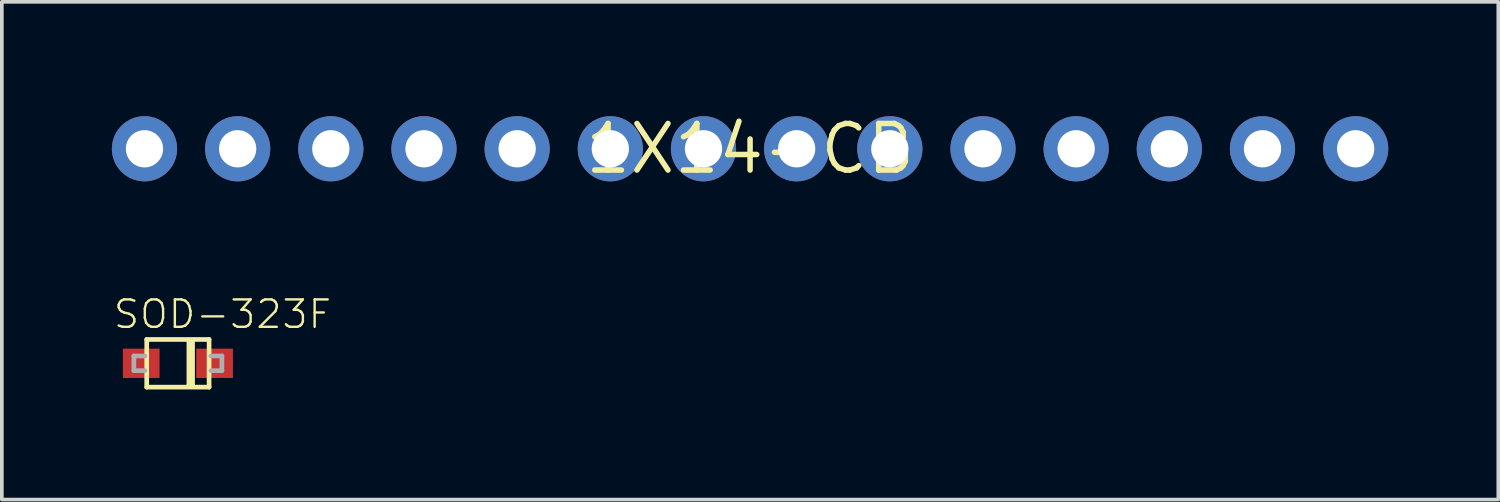
<source format=kicad_pcb>
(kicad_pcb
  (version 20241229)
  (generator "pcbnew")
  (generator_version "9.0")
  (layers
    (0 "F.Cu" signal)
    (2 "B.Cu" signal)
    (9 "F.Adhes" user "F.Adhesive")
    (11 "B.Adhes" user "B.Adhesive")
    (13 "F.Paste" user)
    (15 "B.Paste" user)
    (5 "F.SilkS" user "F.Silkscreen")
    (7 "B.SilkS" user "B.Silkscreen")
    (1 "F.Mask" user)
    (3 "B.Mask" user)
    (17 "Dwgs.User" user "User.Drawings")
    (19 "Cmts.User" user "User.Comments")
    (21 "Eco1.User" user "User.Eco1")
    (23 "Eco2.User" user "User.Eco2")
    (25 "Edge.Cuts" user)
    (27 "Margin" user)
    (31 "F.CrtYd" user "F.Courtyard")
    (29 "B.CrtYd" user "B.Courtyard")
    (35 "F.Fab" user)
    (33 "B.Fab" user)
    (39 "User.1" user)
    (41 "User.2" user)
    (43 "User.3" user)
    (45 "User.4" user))
  (footprint "SOD-323F"
    (layer "F.Cu")
    (at 1.8 6.855)
    (property "Reference" "SOD-323F" (at -1.8 -0.9 0) (unlocked yes) (layer "F.SilkS") (effects (font (size 0.748 0.748) (thickness 0.065)) (justify left bottom)))
    (fp_line (start -0.85 -0.65) (end 0.85 -0.65) (stroke (width 0.127) (type solid)) (layer "F.SilkS"))
    (fp_line (start -0.85 0.65) (end -0.85 -0.65) (stroke (width 0.127) (type solid)) (layer "F.SilkS"))
    (fp_line (start 0.3 0.6) (end 0.3 -0.6) (stroke (width 0.127) (type solid)) (layer "F.SilkS"))
    (fp_line (start 0.4 -0.6) (end 0.4 0.6) (stroke (width 0.127) (type solid)) (layer "F.SilkS"))
    (fp_line (start 0.4 0.6) (end 0.3 0.6) (stroke (width 0.127) (type solid)) (layer "F.SilkS"))
    (fp_line (start 0.85 -0.65) (end 0.85 0.65) (stroke (width 0.127) (type solid)) (layer "F.SilkS"))
    (fp_line (start 0.85 0.65) (end -0.85 0.65) (stroke (width 0.127) (type solid)) (layer "F.SilkS"))
    (fp_line (start -1.2 -0.2) (end -1.2 0.2) (stroke (width 0.127) (type solid)) (layer "F.Fab"))
    (fp_line (start -1.2 0.2) (end -0.9 0.2) (stroke (width 0.127) (type solid)) (layer "F.Fab"))
    (fp_line (start -0.9 -0.2) (end -1.2 -0.2) (stroke (width 0.127) (type solid)) (layer "F.Fab"))
    (fp_line (start 0.9 -0.2) (end 1.2 -0.2) (stroke (width 0.127) (type solid)) (layer "F.Fab"))
    (fp_line (start 1.2 -0.2) (end 1.2 0.2) (stroke (width 0.127) (type solid)) (layer "F.Fab"))
    (fp_line (start 1.2 0.2) (end 0.9 0.2) (stroke (width 0.127) (type solid)) (layer "F.Fab"))
    (pad "A" smd rect (at -1 0) (size 1 0.8) (layers "F.Cu" "F.Mask" "F.Paste"))
    (pad "C" smd rect (at 1 0) (size 1 0.8) (layers "F.Cu" "F.Mask" "F.Paste")))
  (footprint "1X14-CB"
    (layer "F.Cu")
    (at 17.399 1.006)
    (property "Reference" "1X14-CB" (at 0 0 0) (layer "F.SilkS") (effects (font (size 1.27 1.27) (thickness 0.15))))
    (fp_poly (pts (xy -16.764 0.254) (xy -16.256 0.254) (xy -16.256 -0.254) (xy -16.764 -0.254)) (stroke (width 0.1) (type default)) (fill no) (layer "F.Fab"))
    (fp_poly (pts (xy -14.224 0.254) (xy -13.716 0.254) (xy -13.716 -0.254) (xy -14.224 -0.254)) (stroke (width 0.1) (type default)) (fill no) (layer "F.Fab"))
    (fp_poly (pts (xy -11.684 0.254) (xy -11.176 0.254) (xy -11.176 -0.254) (xy -11.684 -0.254)) (stroke (width 0.1) (type default)) (fill no) (layer "F.Fab"))
    (fp_poly (pts (xy -9.144 0.254) (xy -8.636 0.254) (xy -8.636 -0.254) (xy -9.144 -0.254)) (stroke (width 0.1) (type default)) (fill no) (layer "F.Fab"))
    (fp_poly (pts (xy -6.604 0.254) (xy -6.096 0.254) (xy -6.096 -0.254) (xy -6.604 -0.254)) (stroke (width 0.1) (type default)) (fill no) (layer "F.Fab"))
    (fp_poly (pts (xy -4.064 0.254) (xy -3.556 0.254) (xy -3.556 -0.254) (xy -4.064 -0.254)) (stroke (width 0.1) (type default)) (fill no) (layer "F.Fab"))
    (fp_poly (pts (xy -1.524 0.254) (xy -1.016 0.254) (xy -1.016 -0.254) (xy -1.524 -0.254)) (stroke (width 0.1) (type default)) (fill no) (layer "F.Fab"))
    (fp_poly (pts (xy 1.016 0.254) (xy 1.524 0.254) (xy 1.524 -0.254) (xy 1.016 -0.254)) (stroke (width 0.1) (type default)) (fill no) (layer "F.Fab"))
    (fp_poly (pts (xy 3.556 0.254) (xy 4.064 0.254) (xy 4.064 -0.254) (xy 3.556 -0.254)) (stroke (width 0.1) (type default)) (fill no) (layer "F.Fab"))
    (fp_poly (pts (xy 6.096 0.254) (xy 6.604 0.254) (xy 6.604 -0.254) (xy 6.096 -0.254)) (stroke (width 0.1) (type default)) (fill no) (layer "F.Fab"))
    (fp_poly (pts (xy 8.636 0.254) (xy 9.144 0.254) (xy 9.144 -0.254) (xy 8.636 -0.254)) (stroke (width 0.1) (type default)) (fill no) (layer "F.Fab"))
    (fp_poly (pts (xy 11.176 0.254) (xy 11.684 0.254) (xy 11.684 -0.254) (xy 11.176 -0.254)) (stroke (width 0.1) (type default)) (fill no) (layer "F.Fab"))
    (fp_poly (pts (xy 13.716 0.254) (xy 14.224 0.254) (xy 14.224 -0.254) (xy 13.716 -0.254)) (stroke (width 0.1) (type default)) (fill no) (layer "F.Fab"))
    (fp_poly (pts (xy 16.256 0.254) (xy 16.764 0.254) (xy 16.764 -0.254) (xy 16.256 -0.254)) (stroke (width 0.1) (type default)) (fill no) (layer "F.Fab"))
    (pad "1" thru_hole circle (at -16.51 0 90) (size 1.778 1.778) (drill 1.016) (layers "*.Cu" "*.Mask"))
    (pad "2" thru_hole circle (at -13.97 0 90) (size 1.778 1.778) (drill 1.016) (layers "*.Cu" "*.Mask"))
    (pad "3" thru_hole circle (at -11.43 0 90) (size 1.778 1.778) (drill 1.016) (layers "*.Cu" "*.Mask"))
    (pad "4" thru_hole circle (at -8.89 0 90) (size 1.778 1.778) (drill 1.016) (layers "*.Cu" "*.Mask"))
    (pad "5" thru_hole circle (at -6.35 0 90) (size 1.778 1.778) (drill 1.016) (layers "*.Cu" "*.Mask"))
    (pad "6" thru_hole circle (at -3.81 0 90) (size 1.778 1.778) (drill 1.016) (layers "*.Cu" "*.Mask"))
    (pad "7" thru_hole circle (at -1.27 0 90) (size 1.778 1.778) (drill 1.016) (layers "*.Cu" "*.Mask"))
    (pad "8" thru_hole circle (at 1.27 0 90) (size 1.778 1.778) (drill 1.016) (layers "*.Cu" "*.Mask"))
    (pad "9" thru_hole circle (at 3.81 0 90) (size 1.778 1.778) (drill 1.016) (layers "*.Cu" "*.Mask"))
    (pad "10" thru_hole circle (at 6.35 0 90) (size 1.778 1.778) (drill 1.016) (layers "*.Cu" "*.Mask"))
    (pad "11" thru_hole circle (at 8.89 0 90) (size 1.778 1.778) (drill 1.016) (layers "*.Cu" "*.Mask"))
    (pad "12" thru_hole circle (at 11.43 0 90) (size 1.778 1.778) (drill 1.016) (layers "*.Cu" "*.Mask"))
    (pad "13" thru_hole circle (at 13.97 0 90) (size 1.778 1.778) (drill 1.016) (layers "*.Cu" "*.Mask"))
    (pad "14" thru_hole circle (at 16.51 0 90) (size 1.778 1.778) (drill 1.016) (layers "*.Cu" "*.Mask")))
  (gr_rect
    (start -3 -3)
    (end 37.798 10.569)
    (stroke (width 0.1) (type default))
    (fill no)
    (layer "Edge.Cuts")))
</source>
